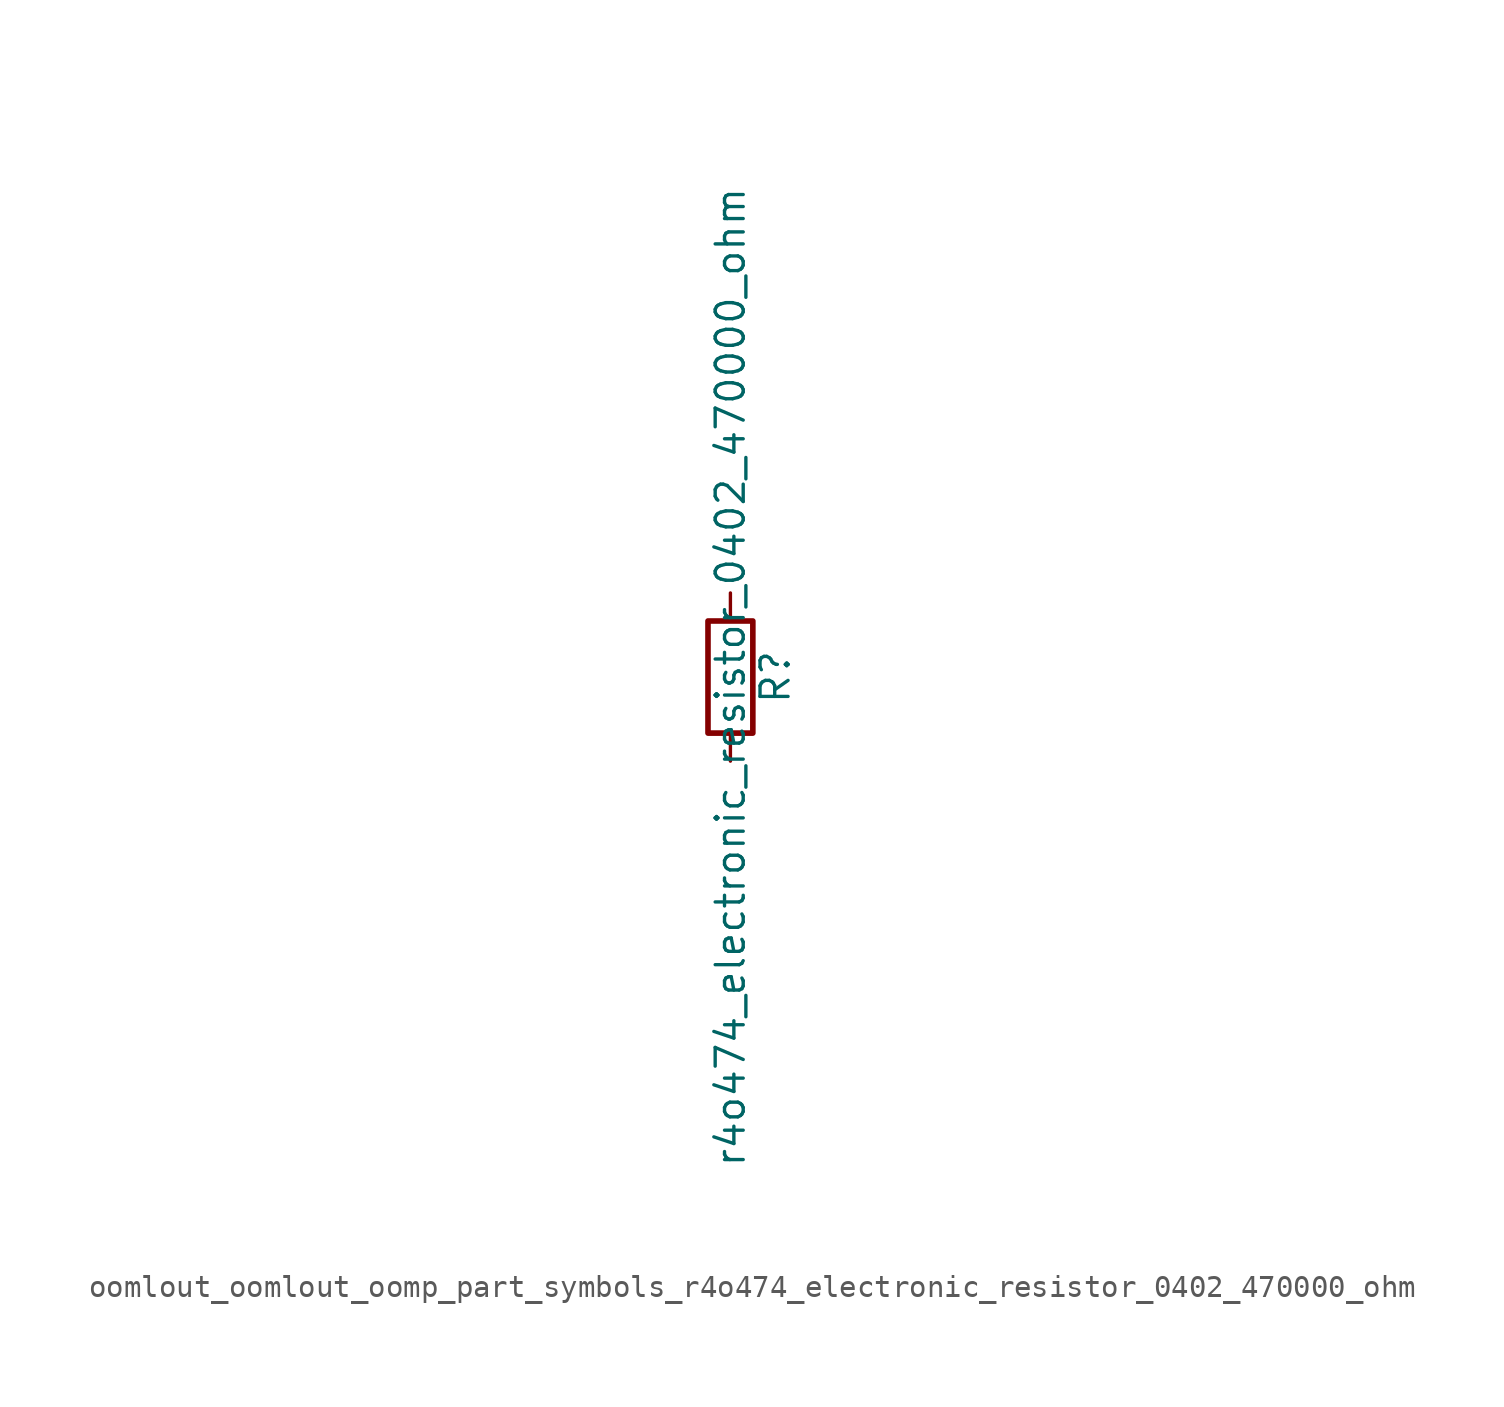
<source format=kicad_sym>
(kicad_symbol_lib
  (version 20220914)
  (generator kicad_symbol_editor)
  (symbol "oomlout_oomlout_oomp_part_symbols_r4o474_electronic_resistor_0402_470000_ohm"
    (pin_numbers hide)
    (pin_names
      (offset 0))
    (property "Reference" "R"
      (at 2.032 0 90)
      (effects (font (size 1.27 1.27))))
    (property "Value" "r4o474_electronic_resistor_0402_470000_ohm"
      (at 0 0 90)
      (effects (font (size 1.27 1.27))))
    (symbol "oomlout_oomlout_oomp_part_symbols_r4o474_electronic_resistor_0402_470000_ohm_0_1"
      (rectangle (start -1.016 -2.54) (end 1.016 2.54) (stroke (width 0.254) (type default)) (fill (type none))))
    (symbol "oomlout_oomlout_oomp_part_symbols_r4o474_electronic_resistor_0402_470000_ohm_1_1"
      (pin passive line (at 0 3.81 270) (length 1.27) (name "~" (effects (font (size 1.27 1.27)))) (number "1" (effects (font (size 1.27 1.27)))))
      (pin passive line (at 0 -3.81 90) (length 1.27) (name "~" (effects (font (size 1.27 1.27)))) (number "2" (effects (font (size 1.27 1.27))))))))
</source>
